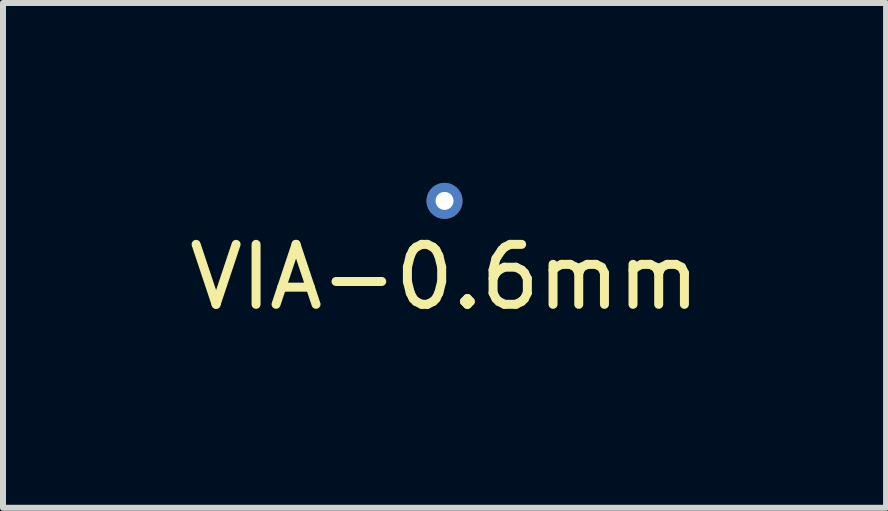
<source format=kicad_pcb>
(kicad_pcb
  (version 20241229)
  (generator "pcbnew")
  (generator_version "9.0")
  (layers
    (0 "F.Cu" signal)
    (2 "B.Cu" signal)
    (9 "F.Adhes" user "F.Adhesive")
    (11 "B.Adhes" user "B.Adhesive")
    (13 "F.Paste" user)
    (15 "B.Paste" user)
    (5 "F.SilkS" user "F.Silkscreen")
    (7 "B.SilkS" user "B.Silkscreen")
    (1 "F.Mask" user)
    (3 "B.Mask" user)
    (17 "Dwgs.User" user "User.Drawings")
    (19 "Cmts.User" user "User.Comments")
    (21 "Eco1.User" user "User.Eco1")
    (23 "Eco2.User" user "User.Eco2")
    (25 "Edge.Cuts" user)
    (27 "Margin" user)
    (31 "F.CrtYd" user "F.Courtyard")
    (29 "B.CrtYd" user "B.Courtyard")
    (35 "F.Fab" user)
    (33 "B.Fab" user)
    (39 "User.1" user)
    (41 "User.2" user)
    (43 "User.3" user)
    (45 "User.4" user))
  (footprint "VIA-0.6mm"
    (layer "F.Cu")
    (at 4.363 0.3)
    (property "Reference" "VIA-0.6mm" (at 0 1.27 0) (layer "F.SilkS") (effects (font (size 1 1) (thickness 0.15))))
    (attr through_hole)
    (pad "1" thru_hole circle (at 0 0) (size 0.6 0.6) (drill 0.3) (layers "*.Cu" "*.Mask")))
  (gr_rect
    (start -3 -3)
    (end 11.726 5.418)
    (stroke (width 0.1) (type default))
    (fill no)
    (layer "Edge.Cuts")))
</source>
